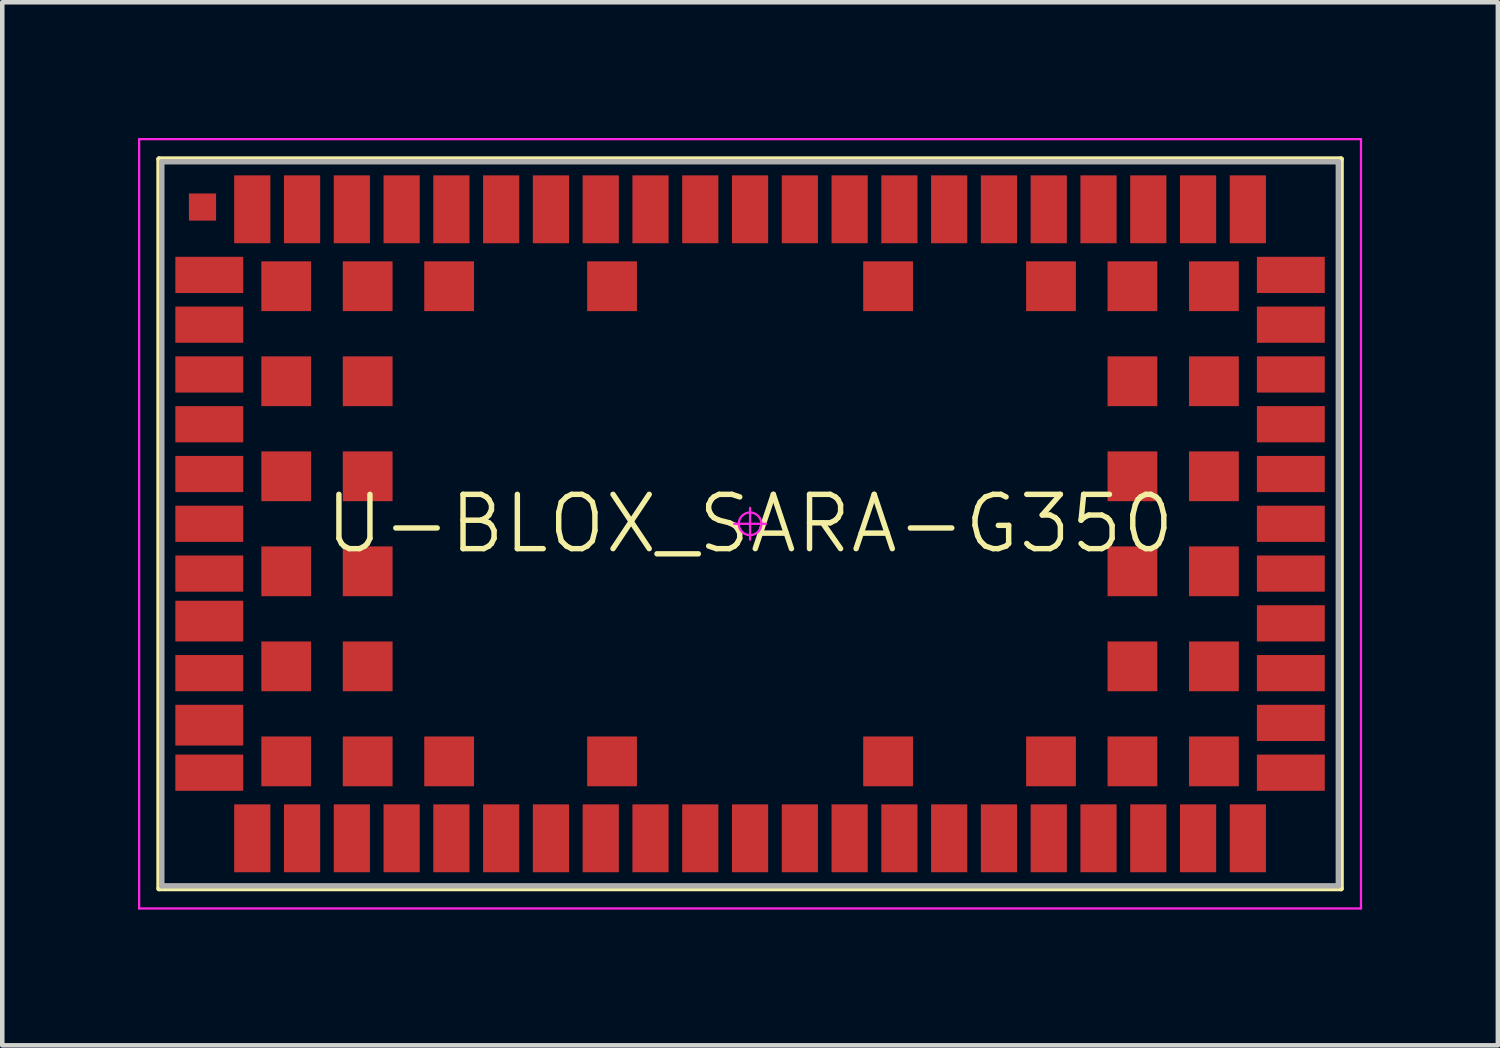
<source format=kicad_pcb>
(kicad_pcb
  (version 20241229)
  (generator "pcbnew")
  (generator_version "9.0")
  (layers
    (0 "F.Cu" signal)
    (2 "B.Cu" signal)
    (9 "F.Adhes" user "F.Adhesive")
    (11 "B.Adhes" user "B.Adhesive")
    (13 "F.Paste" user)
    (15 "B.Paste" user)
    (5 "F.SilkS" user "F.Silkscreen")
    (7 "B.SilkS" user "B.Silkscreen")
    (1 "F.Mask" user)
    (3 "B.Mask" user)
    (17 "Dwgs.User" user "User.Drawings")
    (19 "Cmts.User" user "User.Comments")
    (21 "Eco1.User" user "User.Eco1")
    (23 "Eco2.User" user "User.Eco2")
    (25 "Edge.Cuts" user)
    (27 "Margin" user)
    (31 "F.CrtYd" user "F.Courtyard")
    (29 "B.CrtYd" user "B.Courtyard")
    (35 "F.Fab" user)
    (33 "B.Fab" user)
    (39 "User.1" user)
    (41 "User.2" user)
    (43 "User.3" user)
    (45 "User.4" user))
  (footprint "U-BLOX_SARA-G350"
    (layer "F.Cu")
    (at 13.525 8.525)
    (property "Reference" "U-BLOX_SARA-G350" (at 0 0 0) (layer "F.SilkS") (effects (font (size 1.2 1.2) (thickness 0.12))))
    (attr smd)
    (fp_line (start -13.06 -8.06) (end 13.06 -8.06) (stroke (width 0.12) (type solid)) (layer "F.SilkS"))
    (fp_line (start -13.06 8.06) (end -13.06 -8.06) (stroke (width 0.12) (type solid)) (layer "F.SilkS"))
    (fp_line (start 13.06 -8.06) (end 13.06 8.06) (stroke (width 0.12) (type solid)) (layer "F.SilkS"))
    (fp_line (start 13.06 8.06) (end -13.06 8.06) (stroke (width 0.12) (type solid)) (layer "F.SilkS"))
    (fp_line (start -13.5 -8.5) (end 13.5 -8.5) (stroke (width 0.05) (type solid)) (layer "F.CrtYd"))
    (fp_line (start -13.5 8.5) (end -13.5 -8.5) (stroke (width 0.05) (type solid)) (layer "F.CrtYd"))
    (fp_line (start 0 -0.35) (end 0 0.35) (stroke (width 0.05) (type solid)) (layer "F.CrtYd"))
    (fp_line (start 0.35 0) (end -0.35 0) (stroke (width 0.05) (type solid)) (layer "F.CrtYd"))
    (fp_line (start 13.5 -8.5) (end 13.5 8.5) (stroke (width 0.05) (type solid)) (layer "F.CrtYd"))
    (fp_line (start 13.5 8.5) (end -13.5 8.5) (stroke (width 0.05) (type solid)) (layer "F.CrtYd"))
    (fp_circle (center 0 0) (end 0 0.25) (stroke (width 0.05) (type solid)) (fill no) (layer "F.CrtYd"))
    (fp_line (start -13 -8) (end 13 -8) (stroke (width 0.12) (type solid)) (layer "F.Fab"))
    (fp_line (start -13 8) (end -13 -8) (stroke (width 0.12) (type solid)) (layer "F.Fab"))
    (fp_line (start 13 -8) (end 13 8) (stroke (width 0.12) (type solid)) (layer "F.Fab"))
    (fp_line (start 13 8) (end -13 8) (stroke (width 0.12) (type solid)) (layer "F.Fab"))
    (pad "1" smd rect (at -11 6.95) (size 0.8 1.5) (layers "F.Cu" "F.Mask" "F.Paste"))
    (pad "2" smd rect (at -9.9 6.95) (size 0.8 1.5) (layers "F.Cu" "F.Mask" "F.Paste"))
    (pad "3" smd rect (at -8.8 6.95) (size 0.8 1.5) (layers "F.Cu" "F.Mask" "F.Paste"))
    (pad "4" smd rect (at -7.7 6.95) (size 0.8 1.5) (layers "F.Cu" "F.Mask" "F.Paste"))
    (pad "5" smd rect (at -6.6 6.95) (size 0.8 1.5) (layers "F.Cu" "F.Mask" "F.Paste"))
    (pad "6" smd rect (at -5.5 6.95) (size 0.8 1.5) (layers "F.Cu" "F.Mask" "F.Paste"))
    (pad "7" smd rect (at -4.4 6.95) (size 0.8 1.5) (layers "F.Cu" "F.Mask" "F.Paste"))
    (pad "8" smd rect (at -3.3 6.95) (size 0.8 1.5) (layers "F.Cu" "F.Mask" "F.Paste"))
    (pad "9" smd rect (at -2.2 6.95) (size 0.8 1.5) (layers "F.Cu" "F.Mask" "F.Paste"))
    (pad "10" smd rect (at -1.1 6.95) (size 0.8 1.5) (layers "F.Cu" "F.Mask" "F.Paste"))
    (pad "11" smd rect (at 0 6.95) (size 0.8 1.5) (layers "F.Cu" "F.Mask" "F.Paste"))
    (pad "12" smd rect (at 1.1 6.95) (size 0.8 1.5) (layers "F.Cu" "F.Mask" "F.Paste"))
    (pad "13" smd rect (at 2.2 6.95) (size 0.8 1.5) (layers "F.Cu" "F.Mask" "F.Paste"))
    (pad "14" smd rect (at 3.3 6.95) (size 0.8 1.5) (layers "F.Cu" "F.Mask" "F.Paste"))
    (pad "15" smd rect (at 4.4 6.95) (size 0.8 1.5) (layers "F.Cu" "F.Mask" "F.Paste"))
    (pad "16" smd rect (at 5.5 6.95) (size 0.8 1.5) (layers "F.Cu" "F.Mask" "F.Paste"))
    (pad "17" smd rect (at 6.6 6.95) (size 0.8 1.5) (layers "F.Cu" "F.Mask" "F.Paste"))
    (pad "18" smd rect (at 7.7 6.95) (size 0.8 1.5) (layers "F.Cu" "F.Mask" "F.Paste"))
    (pad "19" smd rect (at 8.8 6.95) (size 0.8 1.5) (layers "F.Cu" "F.Mask" "F.Paste"))
    (pad "20" smd rect (at 9.9 6.95) (size 0.8 1.5) (layers "F.Cu" "F.Mask" "F.Paste"))
    (pad "21" smd rect (at 11 6.95) (size 0.8 1.5) (layers "F.Cu" "F.Mask" "F.Paste"))
    (pad "22" smd rect (at 11.95 5.5 90) (size 0.8 1.5) (layers "F.Cu" "F.Mask" "F.Paste"))
    (pad "23" smd rect (at 11.95 4.4 90) (size 0.8 1.5) (layers "F.Cu" "F.Mask" "F.Paste"))
    (pad "24" smd rect (at 11.95 3.3 90) (size 0.8 1.5) (layers "F.Cu" "F.Mask" "F.Paste"))
    (pad "25" smd rect (at 11.95 2.2 90) (size 0.8 1.5) (layers "F.Cu" "F.Mask" "F.Paste"))
    (pad "26" smd rect (at 11.95 1.1 90) (size 0.8 1.5) (layers "F.Cu" "F.Mask" "F.Paste"))
    (pad "27" smd rect (at 11.95 0 90) (size 0.8 1.5) (layers "F.Cu" "F.Mask" "F.Paste"))
    (pad "28" smd rect (at 11.95 -1.1 90) (size 0.8 1.5) (layers "F.Cu" "F.Mask" "F.Paste"))
    (pad "29" smd rect (at 11.95 -2.2 90) (size 0.8 1.5) (layers "F.Cu" "F.Mask" "F.Paste"))
    (pad "30" smd rect (at 11.95 -3.3 90) (size 0.8 1.5) (layers "F.Cu" "F.Mask" "F.Paste"))
    (pad "31" smd rect (at 11.95 -4.4 90) (size 0.8 1.5) (layers "F.Cu" "F.Mask" "F.Paste"))
    (pad "32" smd rect (at 11.95 -5.5 90) (size 0.8 1.5) (layers "F.Cu" "F.Mask" "F.Paste"))
    (pad "33" smd rect (at 11 -6.95) (size 0.8 1.5) (layers "F.Cu" "F.Mask" "F.Paste"))
    (pad "34" smd rect (at 9.9 -6.95) (size 0.8 1.5) (layers "F.Cu" "F.Mask" "F.Paste"))
    (pad "35" smd rect (at 8.8 -6.95) (size 0.8 1.5) (layers "F.Cu" "F.Mask" "F.Paste"))
    (pad "36" smd rect (at 7.7 -6.95) (size 0.8 1.5) (layers "F.Cu" "F.Mask" "F.Paste"))
    (pad "37" smd rect (at 6.6 -6.95) (size 0.8 1.5) (layers "F.Cu" "F.Mask" "F.Paste"))
    (pad "38" smd rect (at 5.5 -6.95) (size 0.8 1.5) (layers "F.Cu" "F.Mask" "F.Paste"))
    (pad "39" smd rect (at 4.4 -6.95) (size 0.8 1.5) (layers "F.Cu" "F.Mask" "F.Paste"))
    (pad "40" smd rect (at 3.3 -6.95) (size 0.8 1.5) (layers "F.Cu" "F.Mask" "F.Paste"))
    (pad "41" smd rect (at 2.2 -6.95) (size 0.8 1.5) (layers "F.Cu" "F.Mask" "F.Paste"))
    (pad "42" smd rect (at 1.1 -6.95) (size 0.8 1.5) (layers "F.Cu" "F.Mask" "F.Paste"))
    (pad "43" smd rect (at 0 -6.95) (size 0.8 1.5) (layers "F.Cu" "F.Mask" "F.Paste"))
    (pad "44" smd rect (at -1.1 -6.95) (size 0.8 1.5) (layers "F.Cu" "F.Mask" "F.Paste"))
    (pad "45" smd rect (at -2.2 -6.95) (size 0.8 1.5) (layers "F.Cu" "F.Mask" "F.Paste"))
    (pad "46" smd rect (at -3.3 -6.95) (size 0.8 1.5) (layers "F.Cu" "F.Mask" "F.Paste"))
    (pad "47" smd rect (at -4.4 -6.95) (size 0.8 1.5) (layers "F.Cu" "F.Mask" "F.Paste"))
    (pad "48" smd rect (at -5.5 -6.95) (size 0.8 1.5) (layers "F.Cu" "F.Mask" "F.Paste"))
    (pad "49" smd rect (at -6.6 -6.95) (size 0.8 1.5) (layers "F.Cu" "F.Mask" "F.Paste"))
    (pad "50" smd rect (at -7.7 -6.95) (size 0.8 1.5) (layers "F.Cu" "F.Mask" "F.Paste"))
    (pad "51" smd rect (at -8.8 -6.95) (size 0.8 1.5) (layers "F.Cu" "F.Mask" "F.Paste"))
    (pad "52" smd rect (at -9.9 -6.95) (size 0.8 1.5) (layers "F.Cu" "F.Mask" "F.Paste"))
    (pad "53" smd rect (at -11 -6.95) (size 0.8 1.5) (layers "F.Cu" "F.Mask" "F.Paste"))
    (pad "54" smd rect (at -11.95 -5.5 90) (size 0.8 1.5) (layers "F.Cu" "F.Mask" "F.Paste"))
    (pad "55" smd rect (at -11.95 -4.4 90) (size 0.8 1.5) (layers "F.Cu" "F.Mask" "F.Paste"))
    (pad "56" smd rect (at -11.95 -3.3 90) (size 0.8 1.5) (layers "F.Cu" "F.Mask" "F.Paste"))
    (pad "57" smd rect (at -11.95 -2.2 90) (size 0.8 1.5) (layers "F.Cu" "F.Mask" "F.Paste"))
    (pad "58" smd rect (at -11.95 -1.1 90) (size 0.8 1.5) (layers "F.Cu" "F.Mask" "F.Paste"))
    (pad "59" smd rect (at -11.95 0 90) (size 0.8 1.5) (layers "F.Cu" "F.Mask" "F.Paste"))
    (pad "60" smd rect (at -11.95 1.1 90) (size 0.8 1.5) (layers "F.Cu" "F.Mask" "F.Paste"))
    (pad "61" smd rect (at -11.95 2.15 90) (size 0.9 1.5) (layers "F.Cu" "F.Mask" "F.Paste"))
    (pad "62" smd rect (at -11.95 3.3 90) (size 0.8 1.5) (layers "F.Cu" "F.Mask" "F.Paste"))
    (pad "63" smd rect (at -11.95 4.45 90) (size 0.9 1.5) (layers "F.Cu" "F.Mask" "F.Paste"))
    (pad "64" smd rect (at -11.95 5.5 90) (size 0.8 1.5) (layers "F.Cu" "F.Mask" "F.Paste"))
    (pad "65" smd rect (at -10.25 5.25) (size 1.1 1.1) (layers "F.Cu" "F.Mask" "F.Paste"))
    (pad "66" smd rect (at -10.25 3.15) (size 1.1 1.1) (layers "F.Cu" "F.Mask" "F.Paste"))
    (pad "67" smd rect (at -10.25 1.05) (size 1.1 1.1) (layers "F.Cu" "F.Mask" "F.Paste"))
    (pad "68" smd rect (at -10.25 -1.05) (size 1.1 1.1) (layers "F.Cu" "F.Mask" "F.Paste"))
    (pad "69" smd rect (at -10.25 -3.15) (size 1.1 1.1) (layers "F.Cu" "F.Mask" "F.Paste"))
    (pad "70" smd rect (at -10.25 -5.25) (size 1.1 1.1) (layers "F.Cu" "F.Mask" "F.Paste"))
    (pad "71" smd rect (at -8.45 5.25) (size 1.1 1.1) (layers "F.Cu" "F.Mask" "F.Paste"))
    (pad "72" smd rect (at -8.45 3.15) (size 1.1 1.1) (layers "F.Cu" "F.Mask" "F.Paste"))
    (pad "73" smd rect (at -8.45 1.05) (size 1.1 1.1) (layers "F.Cu" "F.Mask" "F.Paste"))
    (pad "74" smd rect (at -8.45 -1.05) (size 1.1 1.1) (layers "F.Cu" "F.Mask" "F.Paste"))
    (pad "75" smd rect (at -8.45 -3.15) (size 1.1 1.1) (layers "F.Cu" "F.Mask" "F.Paste"))
    (pad "76" smd rect (at -8.45 -5.25) (size 1.1 1.1) (layers "F.Cu" "F.Mask" "F.Paste"))
    (pad "77" smd rect (at -6.65 5.25) (size 1.1 1.1) (layers "F.Cu" "F.Mask" "F.Paste"))
    (pad "78" smd rect (at -6.65 -5.25) (size 1.1 1.1) (layers "F.Cu" "F.Mask" "F.Paste"))
    (pad "79" smd rect (at -3.05 5.25) (size 1.1 1.1) (layers "F.Cu" "F.Mask" "F.Paste"))
    (pad "80" smd rect (at -3.05 -5.25) (size 1.1 1.1) (layers "F.Cu" "F.Mask" "F.Paste"))
    (pad "81" smd rect (at 3.05 5.25) (size 1.1 1.1) (layers "F.Cu" "F.Mask" "F.Paste"))
    (pad "82" smd rect (at 3.05 -5.25) (size 1.1 1.1) (layers "F.Cu" "F.Mask" "F.Paste"))
    (pad "83" smd rect (at 6.65 5.25) (size 1.1 1.1) (layers "F.Cu" "F.Mask" "F.Paste"))
    (pad "84" smd rect (at 6.65 -5.25) (size 1.1 1.1) (layers "F.Cu" "F.Mask" "F.Paste"))
    (pad "85" smd rect (at 8.45 5.25) (size 1.1 1.1) (layers "F.Cu" "F.Mask" "F.Paste"))
    (pad "86" smd rect (at 8.45 3.15) (size 1.1 1.1) (layers "F.Cu" "F.Mask" "F.Paste"))
    (pad "87" smd rect (at 8.45 1.05) (size 1.1 1.1) (layers "F.Cu" "F.Mask" "F.Paste"))
    (pad "88" smd rect (at 8.45 -1.05) (size 1.1 1.1) (layers "F.Cu" "F.Mask" "F.Paste"))
    (pad "89" smd rect (at 8.45 -3.15) (size 1.1 1.1) (layers "F.Cu" "F.Mask" "F.Paste"))
    (pad "90" smd rect (at 8.45 -5.25) (size 1.1 1.1) (layers "F.Cu" "F.Mask" "F.Paste"))
    (pad "91" smd rect (at 10.25 5.25) (size 1.1 1.1) (layers "F.Cu" "F.Mask" "F.Paste"))
    (pad "92" smd rect (at 10.25 3.15) (size 1.1 1.1) (layers "F.Cu" "F.Mask" "F.Paste"))
    (pad "93" smd rect (at 10.25 1.05) (size 1.1 1.1) (layers "F.Cu" "F.Mask" "F.Paste"))
    (pad "94" smd rect (at 10.25 -1.05) (size 1.1 1.1) (layers "F.Cu" "F.Mask" "F.Paste"))
    (pad "95" smd rect (at 10.25 -3.15) (size 1.1 1.1) (layers "F.Cu" "F.Mask" "F.Paste"))
    (pad "96" smd rect (at 10.25 -5.25) (size 1.1 1.1) (layers "F.Cu" "F.Mask" "F.Paste"))
    (pad "97" smd rect (at -12.1 -7) (size 0.6 0.6) (layers "F.Cu" "F.Mask" "F.Paste")))
  (gr_rect
    (start -3 -3)
    (end 30.05 20.05)
    (stroke (width 0.1) (type default))
    (fill no)
    (layer "Edge.Cuts")))
</source>
